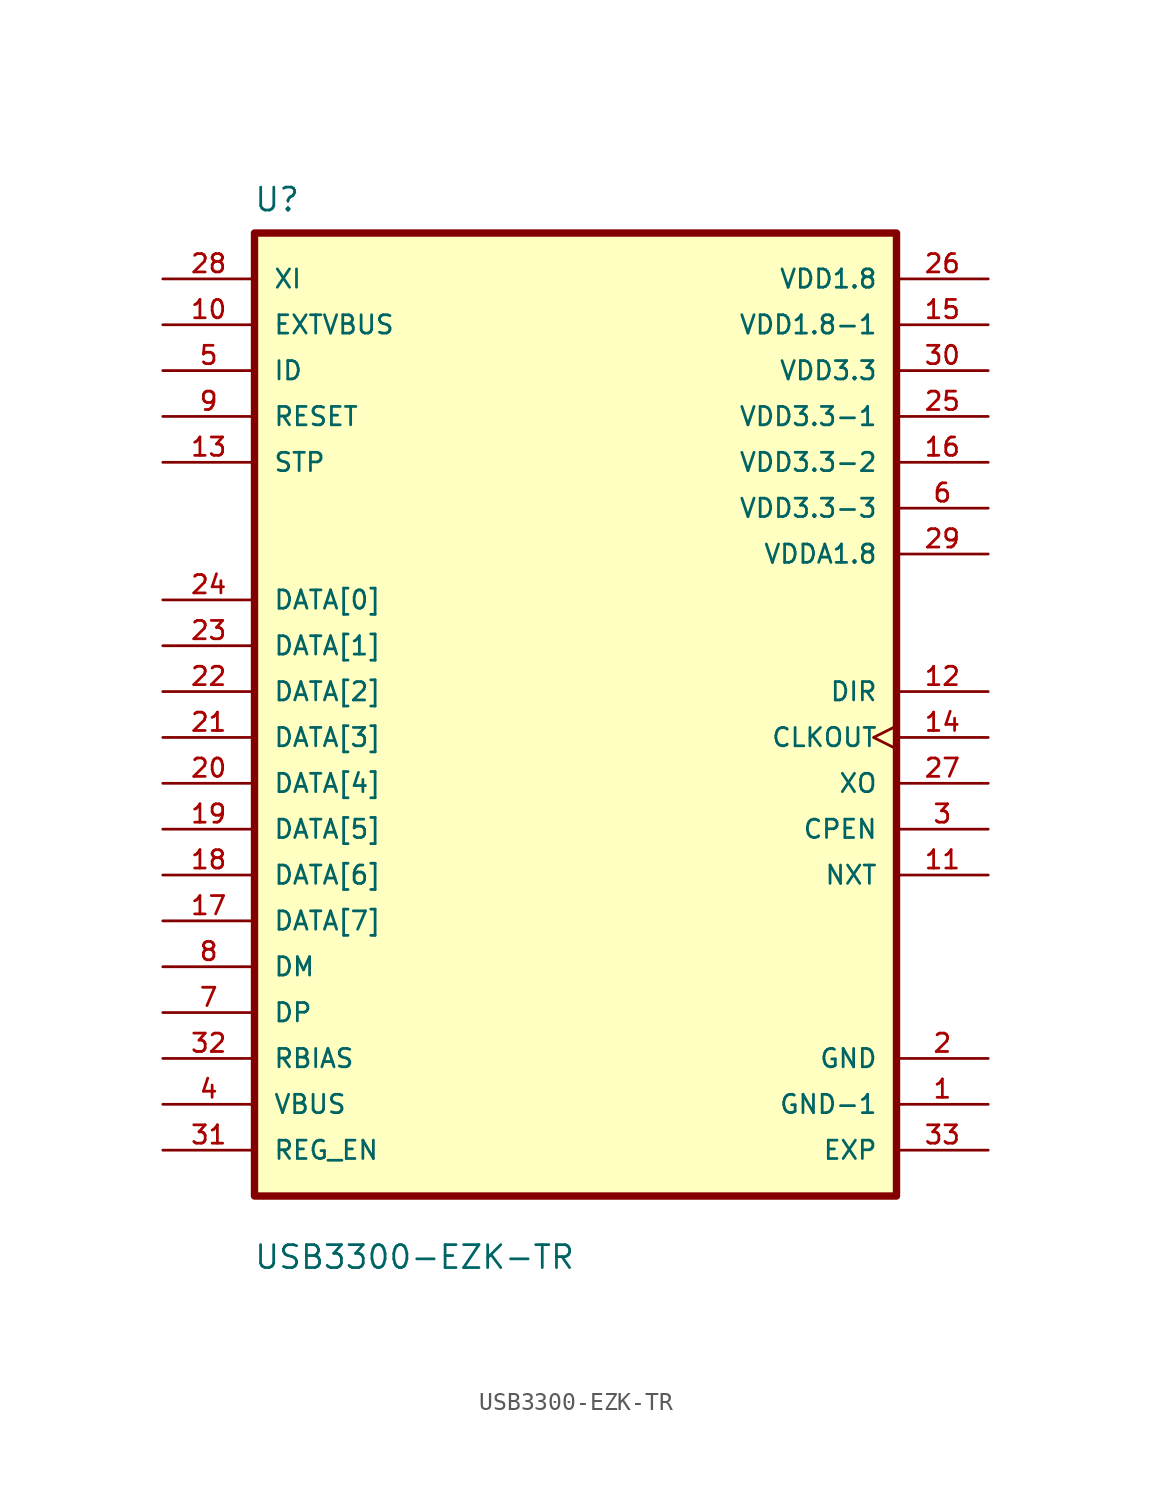
<source format=kicad_sym>
(kicad_symbol_lib
  (version 20211014)
  (generator kicad_symbol_editor)
  (symbol "USB3300-EZK-TR"
    (pin_names
      (offset 1.016))
    (property "Reference" "U"
      (at -17.839 26.51 0.0)
      (effects (font (size 1.27 1.27)) (justify bottom left)))
    (property "Value" "USB3300-EZK-TR"
      (at -17.846 -32.066 0.0)
      (effects (font (size 1.27 1.27)) (justify bottom left)))
    (symbol "USB3300-EZK-TR_0_0"
      (rectangle (start -17.78 -27.94) (end 17.78 25.4) (stroke (width 0.41)) (fill (type background)))
      (pin input line (at -22.86 22.86 0) (length 5.08) (name "XI" (effects (font (size 1.016 1.016)))) (number "28" (effects (font (size 1.016 1.016)))))
      (pin output line (at 22.86 -7.62 180.0) (length 5.08) (name "CPEN" (effects (font (size 1.016 1.016)))) (number "3" (effects (font (size 1.016 1.016)))))
      (pin bidirectional line (at -22.86 2.54 0) (length 5.08) (name "DATA[1]" (effects (font (size 1.016 1.016)))) (number "23" (effects (font (size 1.016 1.016)))))
      (pin bidirectional line (at -22.86 0.0 0) (length 5.08) (name "DATA[2]" (effects (font (size 1.016 1.016)))) (number "22" (effects (font (size 1.016 1.016)))))
      (pin bidirectional line (at -22.86 -2.54 0) (length 5.08) (name "DATA[3]" (effects (font (size 1.016 1.016)))) (number "21" (effects (font (size 1.016 1.016)))))
      (pin bidirectional line (at -22.86 -5.08 0) (length 5.08) (name "DATA[4]" (effects (font (size 1.016 1.016)))) (number "20" (effects (font (size 1.016 1.016)))))
      (pin bidirectional line (at -22.86 -7.62 0) (length 5.08) (name "DATA[5]" (effects (font (size 1.016 1.016)))) (number "19" (effects (font (size 1.016 1.016)))))
      (pin bidirectional line (at -22.86 -10.16 0) (length 5.08) (name "DATA[6]" (effects (font (size 1.016 1.016)))) (number "18" (effects (font (size 1.016 1.016)))))
      (pin bidirectional line (at -22.86 -12.7 0) (length 5.08) (name "DATA[7]" (effects (font (size 1.016 1.016)))) (number "17" (effects (font (size 1.016 1.016)))))
      (pin bidirectional line (at -22.86 5.08 0) (length 5.08) (name "DATA[0]" (effects (font (size 1.016 1.016)))) (number "24" (effects (font (size 1.016 1.016)))))
      (pin output line (at 22.86 0.0 180.0) (length 5.08) (name "DIR" (effects (font (size 1.016 1.016)))) (number "12" (effects (font (size 1.016 1.016)))))
      (pin power_in line (at 22.86 22.86 180.0) (length 5.08) (name "VDD1.8" (effects (font (size 1.016 1.016)))) (number "26" (effects (font (size 1.016 1.016)))))
      (pin power_in line (at 22.86 20.32 180.0) (length 5.08) (name "VDD1.8-1" (effects (font (size 1.016 1.016)))) (number "15" (effects (font (size 1.016 1.016)))))
      (pin power_in line (at 22.86 17.78 180.0) (length 5.08) (name "VDD3.3" (effects (font (size 1.016 1.016)))) (number "30" (effects (font (size 1.016 1.016)))))
      (pin power_in line (at 22.86 15.24 180.0) (length 5.08) (name "VDD3.3-1" (effects (font (size 1.016 1.016)))) (number "25" (effects (font (size 1.016 1.016)))))
      (pin power_in line (at 22.86 12.7 180.0) (length 5.08) (name "VDD3.3-2" (effects (font (size 1.016 1.016)))) (number "16" (effects (font (size 1.016 1.016)))))
      (pin power_in line (at 22.86 10.16 180.0) (length 5.08) (name "VDD3.3-3" (effects (font (size 1.016 1.016)))) (number "6" (effects (font (size 1.016 1.016)))))
      (pin power_in line (at 22.86 7.62 180.0) (length 5.08) (name "VDDA1.8" (effects (font (size 1.016 1.016)))) (number "29" (effects (font (size 1.016 1.016)))))
      (pin output clock (at 22.86 -2.54 180.0) (length 5.08) (name "CLKOUT" (effects (font (size 1.016 1.016)))) (number "14" (effects (font (size 1.016 1.016)))))
      (pin bidirectional line (at -22.86 -15.24 0) (length 5.08) (name "DM" (effects (font (size 1.016 1.016)))) (number "8" (effects (font (size 1.016 1.016)))))
      (pin bidirectional line (at -22.86 -17.78 0) (length 5.08) (name "DP" (effects (font (size 1.016 1.016)))) (number "7" (effects (font (size 1.016 1.016)))))
      (pin input line (at -22.86 20.32 0) (length 5.08) (name "EXTVBUS" (effects (font (size 1.016 1.016)))) (number "10" (effects (font (size 1.016 1.016)))))
      (pin input line (at -22.86 17.78 0) (length 5.08) (name "ID" (effects (font (size 1.016 1.016)))) (number "5" (effects (font (size 1.016 1.016)))))
      (pin output line (at 22.86 -10.16 180.0) (length 5.08) (name "NXT" (effects (font (size 1.016 1.016)))) (number "11" (effects (font (size 1.016 1.016)))))
      (pin bidirectional line (at -22.86 -20.32 0) (length 5.08) (name "RBIAS" (effects (font (size 1.016 1.016)))) (number "32" (effects (font (size 1.016 1.016)))))
      (pin bidirectional line (at -22.86 -25.4 0) (length 5.08) (name "REG_EN" (effects (font (size 1.016 1.016)))) (number "31" (effects (font (size 1.016 1.016)))))
      (pin input line (at -22.86 15.24 0) (length 5.08) (name "RESET" (effects (font (size 1.016 1.016)))) (number "9" (effects (font (size 1.016 1.016)))))
      (pin input line (at -22.86 12.7 0) (length 5.08) (name "STP" (effects (font (size 1.016 1.016)))) (number "13" (effects (font (size 1.016 1.016)))))
      (pin bidirectional line (at -22.86 -22.86 0) (length 5.08) (name "VBUS" (effects (font (size 1.016 1.016)))) (number "4" (effects (font (size 1.016 1.016)))))
      (pin output line (at 22.86 -5.08 180.0) (length 5.08) (name "XO" (effects (font (size 1.016 1.016)))) (number "27" (effects (font (size 1.016 1.016)))))
      (pin power_in line (at 22.86 -20.32 180.0) (length 5.08) (name "GND" (effects (font (size 1.016 1.016)))) (number "2" (effects (font (size 1.016 1.016)))))
      (pin power_in line (at 22.86 -22.86 180.0) (length 5.08) (name "GND-1" (effects (font (size 1.016 1.016)))) (number "1" (effects (font (size 1.016 1.016)))))
      (pin power_in line (at 22.86 -25.4 180.0) (length 5.08) (name "EXP" (effects (font (size 1.016 1.016)))) (number "33" (effects (font (size 1.016 1.016))))))))
</source>
